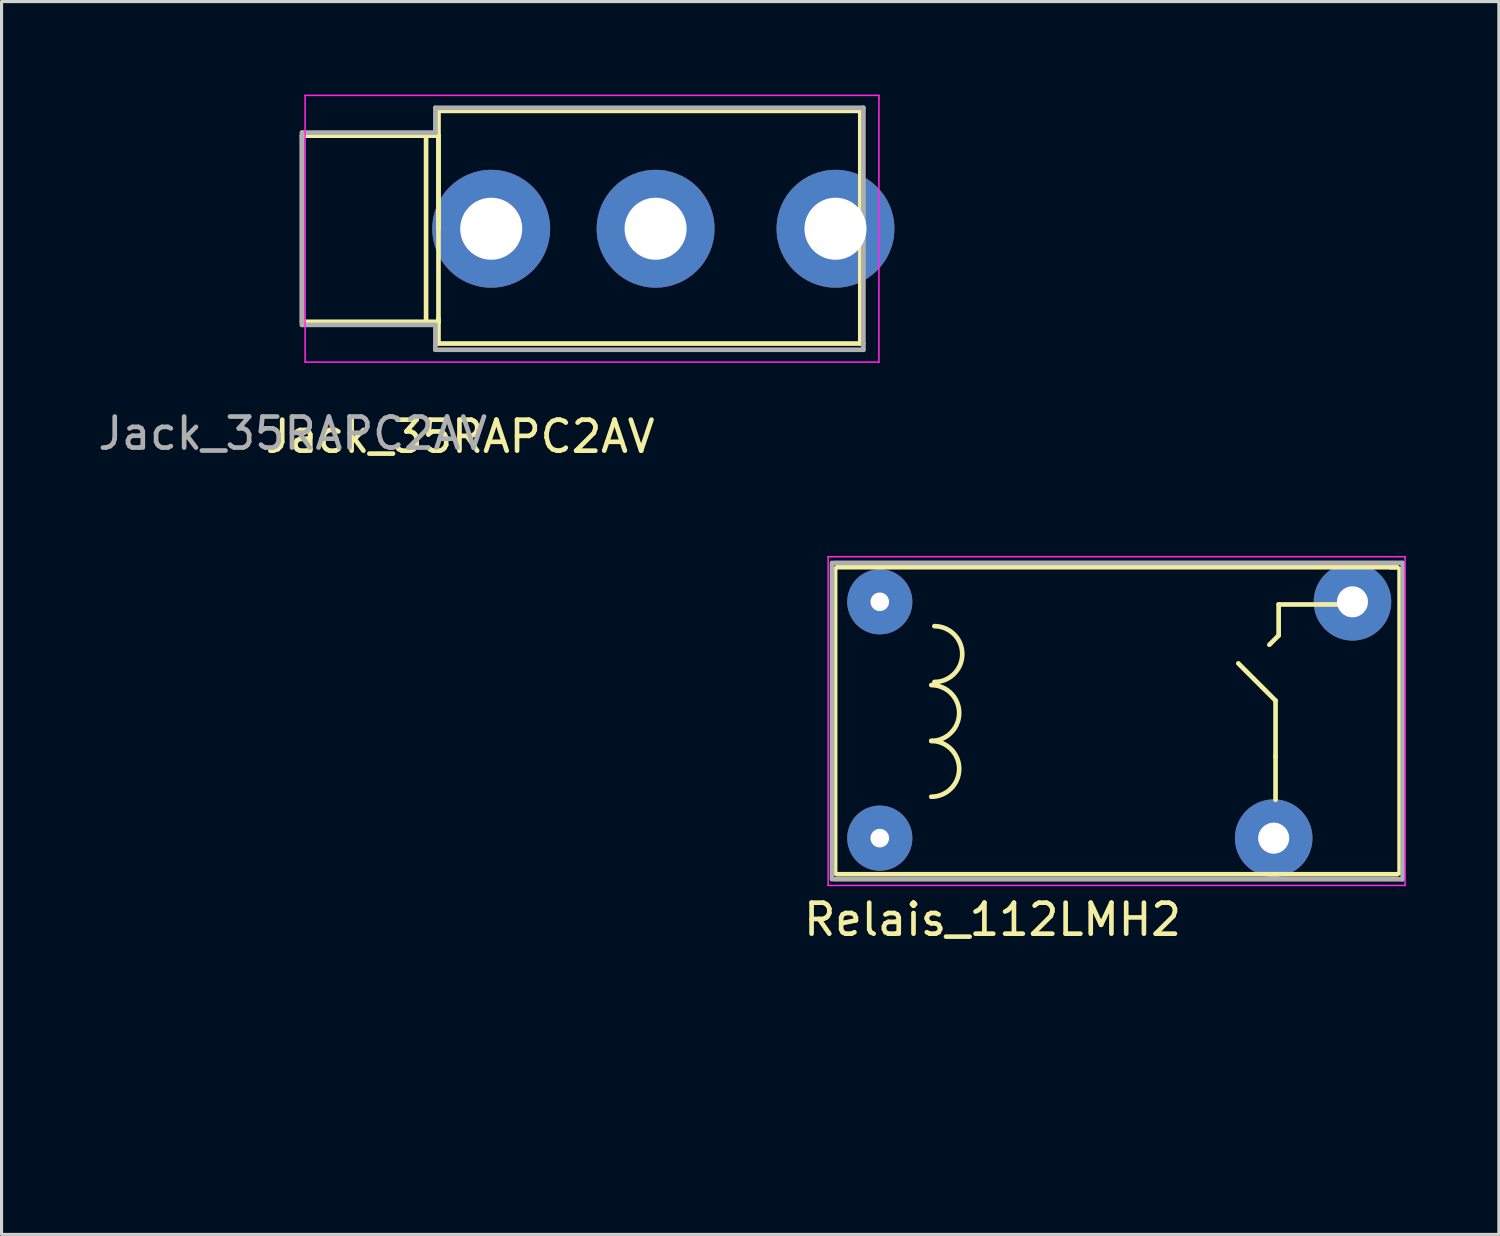
<source format=kicad_pcb>
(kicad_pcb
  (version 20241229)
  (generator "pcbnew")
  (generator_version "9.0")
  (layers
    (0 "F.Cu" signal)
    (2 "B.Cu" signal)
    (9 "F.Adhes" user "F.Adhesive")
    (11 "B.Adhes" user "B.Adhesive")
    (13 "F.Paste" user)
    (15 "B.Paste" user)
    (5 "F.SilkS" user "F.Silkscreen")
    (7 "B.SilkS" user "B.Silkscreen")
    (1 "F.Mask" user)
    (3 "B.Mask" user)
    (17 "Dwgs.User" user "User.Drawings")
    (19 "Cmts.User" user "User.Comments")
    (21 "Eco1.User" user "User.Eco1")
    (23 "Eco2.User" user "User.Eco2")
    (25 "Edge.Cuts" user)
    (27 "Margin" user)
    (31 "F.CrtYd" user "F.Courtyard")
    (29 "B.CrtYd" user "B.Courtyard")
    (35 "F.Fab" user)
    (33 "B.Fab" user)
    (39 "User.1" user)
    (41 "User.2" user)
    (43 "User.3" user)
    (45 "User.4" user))
  (footprint "Jack_35RAPC2AV"
    (layer "F.Cu")
    (at 10.687 4.325)
    (property "Reference" "Jack_35RAPC2AV" (at 1.1 6.7 0) (layer "F.SilkS") (effects (font (size 1 1) (thickness 0.15))))
    (attr through_hole)
    (fp_line (start -4 -3) (end -4 3) (stroke (width 0.15) (type solid)) (layer "F.SilkS"))
    (fp_line (start -4 3) (end 0 3) (stroke (width 0.15) (type solid)) (layer "F.SilkS"))
    (fp_line (start 0 -3) (end -4 -3) (stroke (width 0.15) (type solid)) (layer "F.SilkS"))
    (fp_line (start 0 -3) (end 0 3) (stroke (width 0.15) (type solid)) (layer "F.SilkS"))
    (fp_line (start 0 -3) (end 0.4 -3) (stroke (width 0.15) (type solid)) (layer "F.SilkS"))
    (fp_line (start 0.4 -3.8) (end 14 -3.8) (stroke (width 0.15) (type solid)) (layer "F.SilkS"))
    (fp_line (start 0.4 -3) (end 0.4 2.9) (stroke (width 0.15) (type solid)) (layer "F.SilkS"))
    (fp_line (start 0.4 0) (end 0.4 -3.8) (stroke (width 0.15) (type solid)) (layer "F.SilkS"))
    (fp_line (start 0.4 2.9) (end 0.4 3) (stroke (width 0.15) (type solid)) (layer "F.SilkS"))
    (fp_line (start 0.4 3) (end 0 3) (stroke (width 0.15) (type solid)) (layer "F.SilkS"))
    (fp_line (start 0.4 3.7) (end 0.4 3) (stroke (width 0.15) (type solid)) (layer "F.SilkS"))
    (fp_line (start 14 -3.8) (end 14 3.7) (stroke (width 0.15) (type solid)) (layer "F.SilkS"))
    (fp_line (start 14 3.7) (end 0.4 3.7) (stroke (width 0.15) (type solid)) (layer "F.SilkS"))
    (fp_line (start -3.9 -4.3) (end 14.5 -4.3) (stroke (width 0.05) (type solid)) (layer "F.CrtYd"))
    (fp_line (start -3.9 4.3) (end -3.9 -4.3) (stroke (width 0.05) (type solid)) (layer "F.CrtYd"))
    (fp_line (start 14.5 -4.3) (end 14.6 -4.3) (stroke (width 0.05) (type solid)) (layer "F.CrtYd"))
    (fp_line (start 14.6 -4.3) (end 14.6 -4.2) (stroke (width 0.05) (type solid)) (layer "F.CrtYd"))
    (fp_line (start 14.6 -4.2) (end 14.6 4.3) (stroke (width 0.05) (type solid)) (layer "F.CrtYd"))
    (fp_line (start 14.6 4.3) (end -3.9 4.3) (stroke (width 0.05) (type solid)) (layer "F.CrtYd"))
    (fp_line (start -4 -3.1) (end 0.3 -3.1) (stroke (width 0.15) (type solid)) (layer "F.Fab"))
    (fp_line (start -4 3.1) (end -4 -3.1) (stroke (width 0.15) (type solid)) (layer "F.Fab"))
    (fp_line (start 0.3 -3.9) (end 14.1 -3.9) (stroke (width 0.15) (type solid)) (layer "F.Fab"))
    (fp_line (start 0.3 -3.1) (end 0.3 -3.9) (stroke (width 0.15) (type solid)) (layer "F.Fab"))
    (fp_line (start 0.3 3.1) (end -4 3.1) (stroke (width 0.15) (type solid)) (layer "F.Fab"))
    (fp_line (start 0.3 3.9) (end 0.3 3.1) (stroke (width 0.15) (type solid)) (layer "F.Fab"))
    (fp_line (start 14.1 -3.9) (end 14.1 3.7) (stroke (width 0.15) (type solid)) (layer "F.Fab"))
    (fp_line (start 14.1 3.7) (end 14.1 3.9) (stroke (width 0.15) (type solid)) (layer "F.Fab"))
    (fp_line (start 14.1 3.9) (end 0.3 3.9) (stroke (width 0.15) (type solid)) (layer "F.Fab"))
    (fp_text user "${REFERENCE}" (at -4.3 6.6 0) (layer "F.Fab") (effects (font (size 1 1) (thickness 0.15))))
    (pad "G" thru_hole circle (at 2.1 0) (size 3.8 3.8) (drill 2) (layers "*.Cu" "*.Mask"))
    (pad "T" thru_hole circle (at 7.4 0) (size 3.8 3.8) (drill 2) (layers "*.Cu" "*.Mask"))
    (pad "TN" thru_hole circle (at 13.2 0) (size 3.8 3.8) (drill 2) (layers "*.Cu" "*.Mask")))
  (footprint "Relais_112LMH2"
    (layer "F.Cu")
    (at 0.25 33.498)
    (property "Reference" "Relais_112LMH2" (at 28.7 -6.9 0) (layer "F.SilkS") (effects (font (size 1 1) (thickness 0.15))))
    (attr through_hole)
    (fp_line (start 23.625 -8.4) (end 23.625 -18.2) (stroke (width 0.15) (type solid)) (layer "F.SilkS"))
    (fp_line (start 23.68 -18.26) (end 41.75 -18.26) (stroke (width 0.15) (type solid)) (layer "F.SilkS"))
    (fp_line (start 37.625 -15.76) (end 37.925 -16.06) (stroke (width 0.15) (type solid)) (layer "F.SilkS"))
    (fp_line (start 37.825 -13.96) (end 36.625 -15.16) (stroke (width 0.15) (type solid)) (layer "F.SilkS"))
    (fp_line (start 37.825 -12.16) (end 37.825 -13.96) (stroke (width 0.15) (type solid)) (layer "F.SilkS"))
    (fp_line (start 37.825 -10.76) (end 37.825 -12.16) (stroke (width 0.15) (type solid)) (layer "F.SilkS"))
    (fp_line (start 37.925 -17.06) (end 37.925 -16.06) (stroke (width 0.15) (type solid)) (layer "F.SilkS"))
    (fp_line (start 40.325 -17.06) (end 37.925 -17.06) (stroke (width 0.15) (type solid)) (layer "F.SilkS"))
    (fp_line (start 41.525 -18.26) (end 41.725 -18.26) (stroke (width 0.15) (type solid)) (layer "F.SilkS"))
    (fp_line (start 41.75 -8.36) (end 23.68 -8.36) (stroke (width 0.15) (type solid)) (layer "F.SilkS"))
    (fp_line (start 41.825 -18.2) (end 41.825 -8.4) (stroke (width 0.15) (type solid)) (layer "F.SilkS"))
    (fp_arc (start 26.725 -14.46) (mid 27.625 -13.56) (end 26.725 -12.66) (stroke (width 0.15) (type solid)) (layer "F.SilkS"))
    (fp_arc (start 26.725 -12.66) (mid 27.625 -11.76) (end 26.725 -10.86) (stroke (width 0.15) (type solid)) (layer "F.SilkS"))
    (fp_arc (start 26.825 -16.36) (mid 27.725 -15.46) (end 26.825 -14.56) (stroke (width 0.15) (type solid)) (layer "F.SilkS"))
    (fp_line (start 23.4 -18.6) (end 23.5 -18.6) (stroke (width 0.05) (type solid)) (layer "F.CrtYd"))
    (fp_line (start 23.4 -8) (end 23.4 -18.6) (stroke (width 0.05) (type solid)) (layer "F.CrtYd"))
    (fp_line (start 23.5 -18.6) (end 42 -18.6) (stroke (width 0.05) (type solid)) (layer "F.CrtYd"))
    (fp_line (start 23.5 -8) (end 23.4 -8) (stroke (width 0.05) (type solid)) (layer "F.CrtYd"))
    (fp_line (start 42 -18.6) (end 42 -8) (stroke (width 0.05) (type solid)) (layer "F.CrtYd"))
    (fp_line (start 42 -8) (end 23.5 -8) (stroke (width 0.05) (type solid)) (layer "F.CrtYd"))
    (fp_line (start 23.525 -8.2) (end 23.525 -18.4) (stroke (width 0.15) (type solid)) (layer "F.Fab"))
    (fp_line (start 23.6 -18.4) (end 41.9 -18.4) (stroke (width 0.15) (type solid)) (layer "F.Fab"))
    (fp_line (start 41.9 -8.2) (end 23.6 -8.2) (stroke (width 0.15) (type solid)) (layer "F.Fab"))
    (fp_line (start 41.925 -18.4) (end 41.925 -8.2) (stroke (width 0.15) (type solid)) (layer "F.Fab"))
    (pad "b1" thru_hole circle (at 25.065 -9.525) (size 2.1 2.1) (drill 0.6) (layers "*.Cu" "*.Mask"))
    (pad "b2" thru_hole circle (at 25.065 -17.145) (size 2.1 2.1) (drill 0.6) (layers "*.Cu" "*.Mask"))
    (pad "c1" thru_hole circle (at 37.765 -9.525) (size 2.5 2.5) (drill 1) (layers "*.Cu" "*.Mask"))
    (pad "c2" thru_hole circle (at 40.305 -17.145) (size 2.5 2.5) (drill 1) (layers "*.Cu" "*.Mask")))
  (gr_rect
    (start -3 -3)
    (end 45.275 36.748)
    (stroke (width 0.1) (type default))
    (fill no)
    (layer "Edge.Cuts")))
</source>
